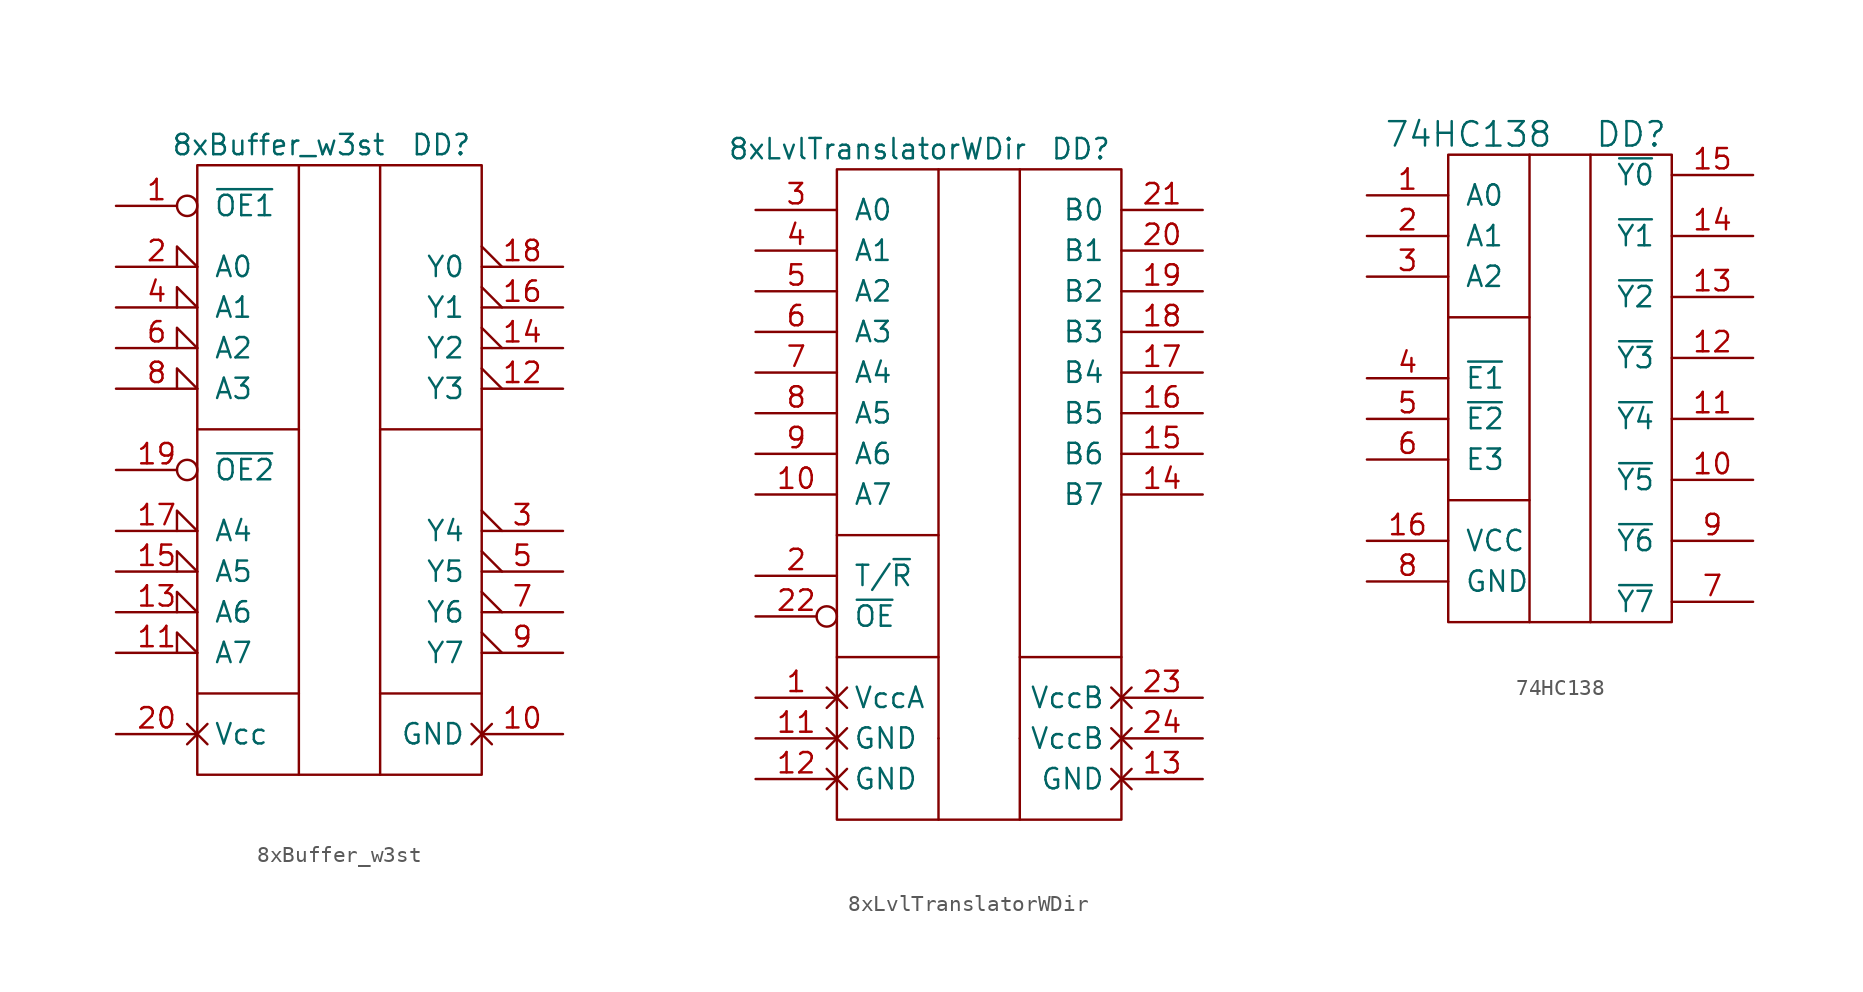
<source format=kicad_sym>
(kicad_symbol_lib
  (version 20201005)
  (generator kicad_symbol_editor)
  (symbol "standard_logic:8xBuffer_w3st"
    (pin_names
      (offset 1.016))
    (property "Reference" "DD"
      (at 6.35 20.32 0)
      (effects (font (size 1.27 1.27))))
    (property "Value" "8xBuffer_w3st"
      (at -3.81 20.32 0)
      (effects (font (size 1.27 1.27))))
    (symbol "8xBuffer_w3st_0_1"
      (rectangle (start -8.89 19.05) (end 8.89 -19.05) (stroke (width 0)) (fill (type none)))
      (polyline (pts (xy -8.89 -13.97) (xy -2.54 -13.97)) (stroke (width 0)) (fill (type none)))
      (polyline (pts (xy -8.89 2.54) (xy -2.54 2.54)) (stroke (width 0)) (fill (type none)))
      (polyline (pts (xy -2.54 19.05) (xy -2.54 -19.05)) (stroke (width 0)) (fill (type none)))
      (polyline (pts (xy 2.54 -13.97) (xy 8.89 -13.97)) (stroke (width 0)) (fill (type none)))
      (polyline (pts (xy 2.54 2.54) (xy 8.89 2.54)) (stroke (width 0)) (fill (type none)))
      (polyline (pts (xy 2.54 19.05) (xy 2.54 -19.05)) (stroke (width 0)) (fill (type none))))
    (symbol "8xBuffer_w3st_1_1"
      (pin passive inverted (at -13.97 16.51 0) (length 5.08) (name "~OE1" (effects (font (size 1.27 1.27)))) (number "1" (effects (font (size 1.27 1.27)))))
      (pin power_in non_logic (at 13.97 -16.51 180) (length 5.08) (name "GND" (effects (font (size 1.27 1.27)))) (number "10" (effects (font (size 1.27 1.27)))))
      (pin passive input_low (at -13.97 -11.43 0) (length 5.08) (name "A7" (effects (font (size 1.27 1.27)))) (number "11" (effects (font (size 1.27 1.27)))))
      (pin passive output_low (at 13.97 5.08 180) (length 5.08) (name "Y3" (effects (font (size 1.27 1.27)))) (number "12" (effects (font (size 1.27 1.27)))))
      (pin passive input_low (at -13.97 -8.89 0) (length 5.08) (name "A6" (effects (font (size 1.27 1.27)))) (number "13" (effects (font (size 1.27 1.27)))))
      (pin passive output_low (at 13.97 7.62 180) (length 5.08) (name "Y2" (effects (font (size 1.27 1.27)))) (number "14" (effects (font (size 1.27 1.27)))))
      (pin passive input_low (at -13.97 -6.35 0) (length 5.08) (name "A5" (effects (font (size 1.27 1.27)))) (number "15" (effects (font (size 1.27 1.27)))))
      (pin passive output_low (at 13.97 10.16 180) (length 5.08) (name "Y1" (effects (font (size 1.27 1.27)))) (number "16" (effects (font (size 1.27 1.27)))))
      (pin passive input_low (at -13.97 -3.81 0) (length 5.08) (name "A4" (effects (font (size 1.27 1.27)))) (number "17" (effects (font (size 1.27 1.27)))))
      (pin passive output_low (at 13.97 12.7 180) (length 5.08) (name "Y0" (effects (font (size 1.27 1.27)))) (number "18" (effects (font (size 1.27 1.27)))))
      (pin passive inverted (at -13.97 0 0) (length 5.08) (name "~OE2" (effects (font (size 1.27 1.27)))) (number "19" (effects (font (size 1.27 1.27)))))
      (pin passive input_low (at -13.97 12.7 0) (length 5.08) (name "A0" (effects (font (size 1.27 1.27)))) (number "2" (effects (font (size 1.27 1.27)))))
      (pin power_in non_logic (at -13.97 -16.51 0) (length 5.08) (name "Vcc" (effects (font (size 1.27 1.27)))) (number "20" (effects (font (size 1.27 1.27)))))
      (pin passive output_low (at 13.97 -3.81 180) (length 5.08) (name "Y4" (effects (font (size 1.27 1.27)))) (number "3" (effects (font (size 1.27 1.27)))))
      (pin passive input_low (at -13.97 10.16 0) (length 5.08) (name "A1" (effects (font (size 1.27 1.27)))) (number "4" (effects (font (size 1.27 1.27)))))
      (pin passive output_low (at 13.97 -6.35 180) (length 5.08) (name "Y5" (effects (font (size 1.27 1.27)))) (number "5" (effects (font (size 1.27 1.27)))))
      (pin passive input_low (at -13.97 7.62 0) (length 5.08) (name "A2" (effects (font (size 1.27 1.27)))) (number "6" (effects (font (size 1.27 1.27)))))
      (pin passive output_low (at 13.97 -8.89 180) (length 5.08) (name "Y6" (effects (font (size 1.27 1.27)))) (number "7" (effects (font (size 1.27 1.27)))))
      (pin passive input_low (at -13.97 5.08 0) (length 5.08) (name "A3" (effects (font (size 1.27 1.27)))) (number "8" (effects (font (size 1.27 1.27)))))
      (pin passive output_low (at 13.97 -11.43 180) (length 5.08) (name "Y7" (effects (font (size 1.27 1.27)))) (number "9" (effects (font (size 1.27 1.27)))))))
  (symbol "standard_logic:8xLvlTranslatorWDir"
    (pin_names
      (offset 1.016))
    (property "Reference" "DD"
      (at 6.35 20.32 0)
      (effects (font (size 1.27 1.27))))
    (property "Value" "8xLvlTranslatorWDir"
      (at -6.35 20.32 0)
      (effects (font (size 1.27 1.27))))
    (symbol "8xLvlTranslatorWDir_0_1"
      (rectangle (start -8.89 19.05) (end 8.89 -21.59) (stroke (width 0)) (fill (type none)))
      (polyline (pts (xy -8.89 -11.43) (xy -2.54 -11.43)) (stroke (width 0)) (fill (type none)))
      (polyline (pts (xy -8.89 -3.81) (xy -2.54 -3.81)) (stroke (width 0)) (fill (type none)))
      (polyline (pts (xy -2.54 -16.51) (xy -2.54 -21.59)) (stroke (width 0)) (fill (type none)))
      (polyline (pts (xy -2.54 19.05) (xy -2.54 -16.51)) (stroke (width 0)) (fill (type none)))
      (polyline (pts (xy 2.54 -16.51) (xy 2.54 -21.59)) (stroke (width 0)) (fill (type none)))
      (polyline (pts (xy 2.54 -11.43) (xy 8.89 -11.43)) (stroke (width 0)) (fill (type none)))
      (polyline (pts (xy 2.54 19.05) (xy 2.54 -16.51)) (stroke (width 0)) (fill (type none))))
    (symbol "8xLvlTranslatorWDir_1_1"
      (pin power_in non_logic (at -13.97 -13.97 0) (length 5.08) (name "VccA" (effects (font (size 1.27 1.27)))) (number "1" (effects (font (size 1.27 1.27)))))
      (pin passive line (at -13.97 -1.27 0) (length 5.08) (name "A7" (effects (font (size 1.27 1.27)))) (number "10" (effects (font (size 1.27 1.27)))))
      (pin power_in non_logic (at -13.97 -16.51 0) (length 5.08) (name "GND" (effects (font (size 1.27 1.27)))) (number "11" (effects (font (size 1.27 1.27)))))
      (pin power_in non_logic (at -13.97 -19.05 0) (length 5.08) (name "GND" (effects (font (size 1.27 1.27)))) (number "12" (effects (font (size 1.27 1.27)))))
      (pin power_in non_logic (at 13.97 -19.05 180) (length 5.08) (name "GND" (effects (font (size 1.27 1.27)))) (number "13" (effects (font (size 1.27 1.27)))))
      (pin passive line (at 13.97 -1.27 180) (length 5.08) (name "B7" (effects (font (size 1.27 1.27)))) (number "14" (effects (font (size 1.27 1.27)))))
      (pin passive line (at 13.97 1.27 180) (length 5.08) (name "B6" (effects (font (size 1.27 1.27)))) (number "15" (effects (font (size 1.27 1.27)))))
      (pin passive line (at 13.97 3.81 180) (length 5.08) (name "B5" (effects (font (size 1.27 1.27)))) (number "16" (effects (font (size 1.27 1.27)))))
      (pin passive line (at 13.97 6.35 180) (length 5.08) (name "B4" (effects (font (size 1.27 1.27)))) (number "17" (effects (font (size 1.27 1.27)))))
      (pin passive line (at 13.97 8.89 180) (length 5.08) (name "B3" (effects (font (size 1.27 1.27)))) (number "18" (effects (font (size 1.27 1.27)))))
      (pin passive line (at 13.97 11.43 180) (length 5.08) (name "B2" (effects (font (size 1.27 1.27)))) (number "19" (effects (font (size 1.27 1.27)))))
      (pin passive line (at -13.97 -6.35 0) (length 5.08) (name "T/~R" (effects (font (size 1.27 1.27)))) (number "2" (effects (font (size 1.27 1.27)))))
      (pin passive line (at 13.97 13.97 180) (length 5.08) (name "B1" (effects (font (size 1.27 1.27)))) (number "20" (effects (font (size 1.27 1.27)))))
      (pin passive line (at 13.97 16.51 180) (length 5.08) (name "B0" (effects (font (size 1.27 1.27)))) (number "21" (effects (font (size 1.27 1.27)))))
      (pin passive inverted (at -13.97 -8.89 0) (length 5.08) (name "~OE" (effects (font (size 1.27 1.27)))) (number "22" (effects (font (size 1.27 1.27)))))
      (pin power_in non_logic (at 13.97 -13.97 180) (length 5.08) (name "VccB" (effects (font (size 1.27 1.27)))) (number "23" (effects (font (size 1.27 1.27)))))
      (pin power_in non_logic (at 13.97 -16.51 180) (length 5.08) (name "VccB" (effects (font (size 1.27 1.27)))) (number "24" (effects (font (size 1.27 1.27)))))
      (pin passive line (at -13.97 16.51 0) (length 5.08) (name "A0" (effects (font (size 1.27 1.27)))) (number "3" (effects (font (size 1.27 1.27)))))
      (pin passive line (at -13.97 13.97 0) (length 5.08) (name "A1" (effects (font (size 1.27 1.27)))) (number "4" (effects (font (size 1.27 1.27)))))
      (pin passive line (at -13.97 11.43 0) (length 5.08) (name "A2" (effects (font (size 1.27 1.27)))) (number "5" (effects (font (size 1.27 1.27)))))
      (pin passive line (at -13.97 8.89 0) (length 5.08) (name "A3" (effects (font (size 1.27 1.27)))) (number "6" (effects (font (size 1.27 1.27)))))
      (pin passive line (at -13.97 6.35 0) (length 5.08) (name "A4" (effects (font (size 1.27 1.27)))) (number "7" (effects (font (size 1.27 1.27)))))
      (pin passive line (at -13.97 3.81 0) (length 5.08) (name "A5" (effects (font (size 1.27 1.27)))) (number "8" (effects (font (size 1.27 1.27)))))
      (pin passive line (at -13.97 1.27 0) (length 5.08) (name "A6" (effects (font (size 1.27 1.27)))) (number "9" (effects (font (size 1.27 1.27)))))))
  (symbol "standard_logic:74HC138"
    (pin_names
      (offset 1.016))
    (property "Reference" "DD"
      (at 5.08 16.51 0)
      (effects (font (size 1.524 1.524))))
    (property "Value" "74HC138"
      (at -5.08 16.51 0)
      (effects (font (size 1.524 1.524))))
    (property "Footprint" ""
      (at 0 0 0)
      (effects (font (size 1.524 1.524))))
    (property "Datasheet" ""
      (at 0 0 0)
      (effects (font (size 1.524 1.524))))
    (symbol "74HC138_0_1"
      (rectangle (start -6.35 15.24) (end 7.62 -13.97) (stroke (width 0)) (fill (type none)))
      (polyline (pts (xy -6.35 -6.35) (xy -1.27 -6.35) (xy -1.27 -6.35)) (stroke (width 0)) (fill (type none)))
      (polyline (pts (xy -6.35 5.08) (xy -1.27 5.08) (xy -1.27 5.08)) (stroke (width 0)) (fill (type none)))
      (polyline (pts (xy -1.27 15.24) (xy -1.27 -13.97) (xy -1.27 -13.97)) (stroke (width 0)) (fill (type none)))
      (polyline (pts (xy 2.54 15.24) (xy 2.54 -13.97) (xy 2.54 -13.97)) (stroke (width 0)) (fill (type none))))
    (symbol "74HC138_1_1"
      (pin passive line (at -11.43 12.7 0) (length 5.08) (name "A0" (effects (font (size 1.27 1.27)))) (number "1" (effects (font (size 1.27 1.27)))))
      (pin passive line (at 12.7 -5.08 180) (length 5.08) (name "~Y5" (effects (font (size 1.27 1.27)))) (number "10" (effects (font (size 1.27 1.27)))))
      (pin passive line (at 12.7 -1.27 180) (length 5.08) (name "~Y4" (effects (font (size 1.27 1.27)))) (number "11" (effects (font (size 1.27 1.27)))))
      (pin passive line (at 12.7 2.54 180) (length 5.08) (name "~Y3" (effects (font (size 1.27 1.27)))) (number "12" (effects (font (size 1.27 1.27)))))
      (pin passive line (at 12.7 6.35 180) (length 5.08) (name "~Y2" (effects (font (size 1.27 1.27)))) (number "13" (effects (font (size 1.27 1.27)))))
      (pin passive line (at 12.7 10.16 180) (length 5.08) (name "~Y1" (effects (font (size 1.27 1.27)))) (number "14" (effects (font (size 1.27 1.27)))))
      (pin passive line (at 12.7 13.97 180) (length 5.08) (name "~Y0" (effects (font (size 1.27 1.27)))) (number "15" (effects (font (size 1.27 1.27)))))
      (pin power_in line (at -11.43 -8.89 0) (length 5.08) (name "VCC" (effects (font (size 1.27 1.27)))) (number "16" (effects (font (size 1.27 1.27)))))
      (pin passive line (at -11.43 10.16 0) (length 5.08) (name "A1" (effects (font (size 1.27 1.27)))) (number "2" (effects (font (size 1.27 1.27)))))
      (pin passive line (at -11.43 7.62 0) (length 5.08) (name "A2" (effects (font (size 1.27 1.27)))) (number "3" (effects (font (size 1.27 1.27)))))
      (pin passive line (at -11.43 1.27 0) (length 5.08) (name "~E1" (effects (font (size 1.27 1.27)))) (number "4" (effects (font (size 1.27 1.27)))))
      (pin passive line (at -11.43 -1.27 0) (length 5.08) (name "~E2" (effects (font (size 1.27 1.27)))) (number "5" (effects (font (size 1.27 1.27)))))
      (pin passive line (at -11.43 -3.81 0) (length 5.08) (name "E3" (effects (font (size 1.27 1.27)))) (number "6" (effects (font (size 1.27 1.27)))))
      (pin passive line (at 12.7 -12.7 180) (length 5.08) (name "~Y7" (effects (font (size 1.27 1.27)))) (number "7" (effects (font (size 1.27 1.27)))))
      (pin power_in line (at -11.43 -11.43 0) (length 5.08) (name "GND" (effects (font (size 1.27 1.27)))) (number "8" (effects (font (size 1.27 1.27)))))
      (pin passive line (at 12.7 -8.89 180) (length 5.08) (name "~Y6" (effects (font (size 1.27 1.27)))) (number "9" (effects (font (size 1.27 1.27))))))))
</source>
